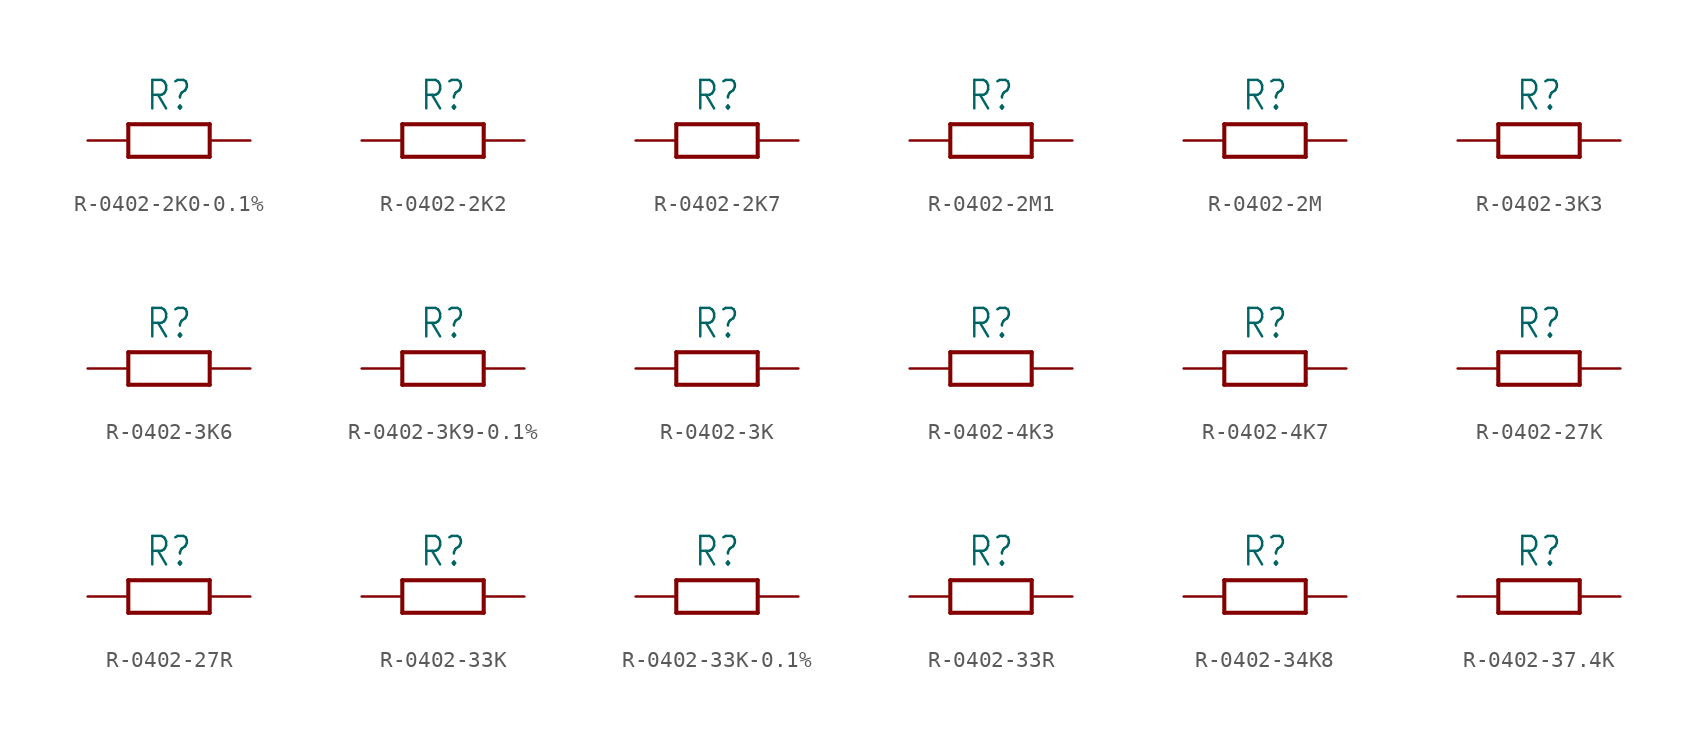
<source format=kicad_sym>
(kicad_symbol_lib
  (version 20231120)
  (generator "kicad_symbol_editor")
  (generator_version "8.0")
  (symbol "R-0402-2K0-0.1%"
    (property "Reference" "R"
      (at 0 1.778 0)
      (effects (font (size 1.778 1.511)) (justify bottom)))
    (property "Value" ""
      (at 0 -1.778 0)
      (effects (font (size 1.778 1.511)) (justify top)))
    (property "ki_locked" ""
      (at 0 0 0)
      (effects (font (size 1.27 1.27))))
    (symbol "R-0402-2K0-0.1%_1_0"
      (polyline (pts (xy -2.54 -1.016) (xy -2.54 1.016)) (stroke (width 0.254) (type solid)) (fill (type none)))
      (polyline (pts (xy -2.54 1.016) (xy 2.54 1.016)) (stroke (width 0.254) (type solid)) (fill (type none)))
      (polyline (pts (xy 2.54 -1.016) (xy -2.54 -1.016)) (stroke (width 0.254) (type solid)) (fill (type none)))
      (polyline (pts (xy 2.54 1.016) (xy 2.54 -1.016)) (stroke (width 0.254) (type solid)) (fill (type none)))
      (pin passive line (at -5.08 0 0) (length 2.54) (name "1" (effects (font (size 0 0)))) (number "1" (effects (font (size 0 0)))))
      (pin passive line (at 5.08 0 180) (length 2.54) (name "2" (effects (font (size 0 0)))) (number "2" (effects (font (size 0 0)))))))
  (symbol "R-0402-2K2"
    (property "Reference" "R"
      (at 0 1.778 0)
      (effects (font (size 1.778 1.511)) (justify bottom)))
    (property "Value" ""
      (at 0 -1.778 0)
      (effects (font (size 1.778 1.511)) (justify top)))
    (property "ki_locked" ""
      (at 0 0 0)
      (effects (font (size 1.27 1.27))))
    (symbol "R-0402-2K2_1_0"
      (polyline (pts (xy -2.54 -1.016) (xy -2.54 1.016)) (stroke (width 0.254) (type solid)) (fill (type none)))
      (polyline (pts (xy -2.54 1.016) (xy 2.54 1.016)) (stroke (width 0.254) (type solid)) (fill (type none)))
      (polyline (pts (xy 2.54 -1.016) (xy -2.54 -1.016)) (stroke (width 0.254) (type solid)) (fill (type none)))
      (polyline (pts (xy 2.54 1.016) (xy 2.54 -1.016)) (stroke (width 0.254) (type solid)) (fill (type none)))
      (pin passive line (at -5.08 0 0) (length 2.54) (name "1" (effects (font (size 0 0)))) (number "1" (effects (font (size 0 0)))))
      (pin passive line (at 5.08 0 180) (length 2.54) (name "2" (effects (font (size 0 0)))) (number "2" (effects (font (size 0 0)))))))
  (symbol "R-0402-2K7"
    (property "Reference" "R"
      (at 0 1.778 0)
      (effects (font (size 1.778 1.511)) (justify bottom)))
    (property "Value" ""
      (at 0 -1.778 0)
      (effects (font (size 1.778 1.511)) (justify top)))
    (property "ki_locked" ""
      (at 0 0 0)
      (effects (font (size 1.27 1.27))))
    (symbol "R-0402-2K7_1_0"
      (polyline (pts (xy -2.54 -1.016) (xy -2.54 1.016)) (stroke (width 0.254) (type solid)) (fill (type none)))
      (polyline (pts (xy -2.54 1.016) (xy 2.54 1.016)) (stroke (width 0.254) (type solid)) (fill (type none)))
      (polyline (pts (xy 2.54 -1.016) (xy -2.54 -1.016)) (stroke (width 0.254) (type solid)) (fill (type none)))
      (polyline (pts (xy 2.54 1.016) (xy 2.54 -1.016)) (stroke (width 0.254) (type solid)) (fill (type none)))
      (pin passive line (at -5.08 0 0) (length 2.54) (name "1" (effects (font (size 0 0)))) (number "1" (effects (font (size 0 0)))))
      (pin passive line (at 5.08 0 180) (length 2.54) (name "2" (effects (font (size 0 0)))) (number "2" (effects (font (size 0 0)))))))
  (symbol "R-0402-2M1"
    (property "Reference" "R"
      (at 0 1.778 0)
      (effects (font (size 1.778 1.511)) (justify bottom)))
    (property "Value" ""
      (at 0 -1.778 0)
      (effects (font (size 1.778 1.511)) (justify top)))
    (property "ki_locked" ""
      (at 0 0 0)
      (effects (font (size 1.27 1.27))))
    (symbol "R-0402-2M1_1_0"
      (polyline (pts (xy -2.54 -1.016) (xy -2.54 1.016)) (stroke (width 0.254) (type solid)) (fill (type none)))
      (polyline (pts (xy -2.54 1.016) (xy 2.54 1.016)) (stroke (width 0.254) (type solid)) (fill (type none)))
      (polyline (pts (xy 2.54 -1.016) (xy -2.54 -1.016)) (stroke (width 0.254) (type solid)) (fill (type none)))
      (polyline (pts (xy 2.54 1.016) (xy 2.54 -1.016)) (stroke (width 0.254) (type solid)) (fill (type none)))
      (pin passive line (at -5.08 0 0) (length 2.54) (name "1" (effects (font (size 0 0)))) (number "1" (effects (font (size 0 0)))))
      (pin passive line (at 5.08 0 180) (length 2.54) (name "2" (effects (font (size 0 0)))) (number "2" (effects (font (size 0 0)))))))
  (symbol "R-0402-2M"
    (property "Reference" "R"
      (at 0 1.778 0)
      (effects (font (size 1.778 1.511)) (justify bottom)))
    (property "Value" ""
      (at 0 -1.778 0)
      (effects (font (size 1.778 1.511)) (justify top)))
    (property "ki_locked" ""
      (at 0 0 0)
      (effects (font (size 1.27 1.27))))
    (symbol "R-0402-2M_1_0"
      (polyline (pts (xy -2.54 -1.016) (xy -2.54 1.016)) (stroke (width 0.254) (type solid)) (fill (type none)))
      (polyline (pts (xy -2.54 1.016) (xy 2.54 1.016)) (stroke (width 0.254) (type solid)) (fill (type none)))
      (polyline (pts (xy 2.54 -1.016) (xy -2.54 -1.016)) (stroke (width 0.254) (type solid)) (fill (type none)))
      (polyline (pts (xy 2.54 1.016) (xy 2.54 -1.016)) (stroke (width 0.254) (type solid)) (fill (type none)))
      (pin passive line (at -5.08 0 0) (length 2.54) (name "1" (effects (font (size 0 0)))) (number "1" (effects (font (size 0 0)))))
      (pin passive line (at 5.08 0 180) (length 2.54) (name "2" (effects (font (size 0 0)))) (number "2" (effects (font (size 0 0)))))))
  (symbol "R-0402-3K3"
    (property "Reference" "R"
      (at 0 1.778 0)
      (effects (font (size 1.778 1.511)) (justify bottom)))
    (property "Value" ""
      (at 0 -1.778 0)
      (effects (font (size 1.778 1.511)) (justify top)))
    (property "ki_locked" ""
      (at 0 0 0)
      (effects (font (size 1.27 1.27))))
    (symbol "R-0402-3K3_1_0"
      (polyline (pts (xy -2.54 -1.016) (xy -2.54 1.016)) (stroke (width 0.254) (type solid)) (fill (type none)))
      (polyline (pts (xy -2.54 1.016) (xy 2.54 1.016)) (stroke (width 0.254) (type solid)) (fill (type none)))
      (polyline (pts (xy 2.54 -1.016) (xy -2.54 -1.016)) (stroke (width 0.254) (type solid)) (fill (type none)))
      (polyline (pts (xy 2.54 1.016) (xy 2.54 -1.016)) (stroke (width 0.254) (type solid)) (fill (type none)))
      (pin passive line (at -5.08 0 0) (length 2.54) (name "1" (effects (font (size 0 0)))) (number "1" (effects (font (size 0 0)))))
      (pin passive line (at 5.08 0 180) (length 2.54) (name "2" (effects (font (size 0 0)))) (number "2" (effects (font (size 0 0)))))))
  (symbol "R-0402-3K6"
    (property "Reference" "R"
      (at 0 1.778 0)
      (effects (font (size 1.778 1.511)) (justify bottom)))
    (property "Value" ""
      (at 0 -1.778 0)
      (effects (font (size 1.778 1.511)) (justify top)))
    (property "ki_locked" ""
      (at 0 0 0)
      (effects (font (size 1.27 1.27))))
    (symbol "R-0402-3K6_1_0"
      (polyline (pts (xy -2.54 -1.016) (xy -2.54 1.016)) (stroke (width 0.254) (type solid)) (fill (type none)))
      (polyline (pts (xy -2.54 1.016) (xy 2.54 1.016)) (stroke (width 0.254) (type solid)) (fill (type none)))
      (polyline (pts (xy 2.54 -1.016) (xy -2.54 -1.016)) (stroke (width 0.254) (type solid)) (fill (type none)))
      (polyline (pts (xy 2.54 1.016) (xy 2.54 -1.016)) (stroke (width 0.254) (type solid)) (fill (type none)))
      (pin passive line (at -5.08 0 0) (length 2.54) (name "1" (effects (font (size 0 0)))) (number "1" (effects (font (size 0 0)))))
      (pin passive line (at 5.08 0 180) (length 2.54) (name "2" (effects (font (size 0 0)))) (number "2" (effects (font (size 0 0)))))))
  (symbol "R-0402-3K9-0.1%"
    (property "Reference" "R"
      (at 0 1.778 0)
      (effects (font (size 1.778 1.511)) (justify bottom)))
    (property "Value" ""
      (at 0 -1.778 0)
      (effects (font (size 1.778 1.511)) (justify top)))
    (property "ki_locked" ""
      (at 0 0 0)
      (effects (font (size 1.27 1.27))))
    (symbol "R-0402-3K9-0.1%_1_0"
      (polyline (pts (xy -2.54 -1.016) (xy -2.54 1.016)) (stroke (width 0.254) (type solid)) (fill (type none)))
      (polyline (pts (xy -2.54 1.016) (xy 2.54 1.016)) (stroke (width 0.254) (type solid)) (fill (type none)))
      (polyline (pts (xy 2.54 -1.016) (xy -2.54 -1.016)) (stroke (width 0.254) (type solid)) (fill (type none)))
      (polyline (pts (xy 2.54 1.016) (xy 2.54 -1.016)) (stroke (width 0.254) (type solid)) (fill (type none)))
      (pin passive line (at -5.08 0 0) (length 2.54) (name "1" (effects (font (size 0 0)))) (number "1" (effects (font (size 0 0)))))
      (pin passive line (at 5.08 0 180) (length 2.54) (name "2" (effects (font (size 0 0)))) (number "2" (effects (font (size 0 0)))))))
  (symbol "R-0402-3K"
    (property "Reference" "R"
      (at 0 1.778 0)
      (effects (font (size 1.778 1.511)) (justify bottom)))
    (property "Value" ""
      (at 0 -1.778 0)
      (effects (font (size 1.778 1.511)) (justify top)))
    (property "ki_locked" ""
      (at 0 0 0)
      (effects (font (size 1.27 1.27))))
    (symbol "R-0402-3K_1_0"
      (polyline (pts (xy -2.54 -1.016) (xy -2.54 1.016)) (stroke (width 0.254) (type solid)) (fill (type none)))
      (polyline (pts (xy -2.54 1.016) (xy 2.54 1.016)) (stroke (width 0.254) (type solid)) (fill (type none)))
      (polyline (pts (xy 2.54 -1.016) (xy -2.54 -1.016)) (stroke (width 0.254) (type solid)) (fill (type none)))
      (polyline (pts (xy 2.54 1.016) (xy 2.54 -1.016)) (stroke (width 0.254) (type solid)) (fill (type none)))
      (pin passive line (at -5.08 0 0) (length 2.54) (name "1" (effects (font (size 0 0)))) (number "1" (effects (font (size 0 0)))))
      (pin passive line (at 5.08 0 180) (length 2.54) (name "2" (effects (font (size 0 0)))) (number "2" (effects (font (size 0 0)))))))
  (symbol "R-0402-4K3"
    (property "Reference" "R"
      (at 0 1.778 0)
      (effects (font (size 1.778 1.511)) (justify bottom)))
    (property "Value" ""
      (at 0 -1.778 0)
      (effects (font (size 1.778 1.511)) (justify top)))
    (property "ki_locked" ""
      (at 0 0 0)
      (effects (font (size 1.27 1.27))))
    (symbol "R-0402-4K3_1_0"
      (polyline (pts (xy -2.54 -1.016) (xy -2.54 1.016)) (stroke (width 0.254) (type solid)) (fill (type none)))
      (polyline (pts (xy -2.54 1.016) (xy 2.54 1.016)) (stroke (width 0.254) (type solid)) (fill (type none)))
      (polyline (pts (xy 2.54 -1.016) (xy -2.54 -1.016)) (stroke (width 0.254) (type solid)) (fill (type none)))
      (polyline (pts (xy 2.54 1.016) (xy 2.54 -1.016)) (stroke (width 0.254) (type solid)) (fill (type none)))
      (pin passive line (at -5.08 0 0) (length 2.54) (name "1" (effects (font (size 0 0)))) (number "1" (effects (font (size 0 0)))))
      (pin passive line (at 5.08 0 180) (length 2.54) (name "2" (effects (font (size 0 0)))) (number "2" (effects (font (size 0 0)))))))
  (symbol "R-0402-4K7"
    (property "Reference" "R"
      (at 0 1.778 0)
      (effects (font (size 1.778 1.511)) (justify bottom)))
    (property "Value" ""
      (at 0 -1.778 0)
      (effects (font (size 1.778 1.511)) (justify top)))
    (property "ki_locked" ""
      (at 0 0 0)
      (effects (font (size 1.27 1.27))))
    (symbol "R-0402-4K7_1_0"
      (polyline (pts (xy -2.54 -1.016) (xy -2.54 1.016)) (stroke (width 0.254) (type solid)) (fill (type none)))
      (polyline (pts (xy -2.54 1.016) (xy 2.54 1.016)) (stroke (width 0.254) (type solid)) (fill (type none)))
      (polyline (pts (xy 2.54 -1.016) (xy -2.54 -1.016)) (stroke (width 0.254) (type solid)) (fill (type none)))
      (polyline (pts (xy 2.54 1.016) (xy 2.54 -1.016)) (stroke (width 0.254) (type solid)) (fill (type none)))
      (pin passive line (at -5.08 0 0) (length 2.54) (name "1" (effects (font (size 0 0)))) (number "1" (effects (font (size 0 0)))))
      (pin passive line (at 5.08 0 180) (length 2.54) (name "2" (effects (font (size 0 0)))) (number "2" (effects (font (size 0 0)))))))
  (symbol "R-0402-27K"
    (property "Reference" "R"
      (at 0 1.778 0)
      (effects (font (size 1.778 1.511)) (justify bottom)))
    (property "Value" ""
      (at 0 -1.778 0)
      (effects (font (size 1.778 1.511)) (justify top)))
    (property "ki_locked" ""
      (at 0 0 0)
      (effects (font (size 1.27 1.27))))
    (symbol "R-0402-27K_1_0"
      (polyline (pts (xy -2.54 -1.016) (xy -2.54 1.016)) (stroke (width 0.254) (type solid)) (fill (type none)))
      (polyline (pts (xy -2.54 1.016) (xy 2.54 1.016)) (stroke (width 0.254) (type solid)) (fill (type none)))
      (polyline (pts (xy 2.54 -1.016) (xy -2.54 -1.016)) (stroke (width 0.254) (type solid)) (fill (type none)))
      (polyline (pts (xy 2.54 1.016) (xy 2.54 -1.016)) (stroke (width 0.254) (type solid)) (fill (type none)))
      (pin passive line (at -5.08 0 0) (length 2.54) (name "1" (effects (font (size 0 0)))) (number "1" (effects (font (size 0 0)))))
      (pin passive line (at 5.08 0 180) (length 2.54) (name "2" (effects (font (size 0 0)))) (number "2" (effects (font (size 0 0)))))))
  (symbol "R-0402-27R"
    (property "Reference" "R"
      (at 0 1.778 0)
      (effects (font (size 1.778 1.511)) (justify bottom)))
    (property "Value" ""
      (at 0 -1.778 0)
      (effects (font (size 1.778 1.511)) (justify top)))
    (property "ki_locked" ""
      (at 0 0 0)
      (effects (font (size 1.27 1.27))))
    (symbol "R-0402-27R_1_0"
      (polyline (pts (xy -2.54 -1.016) (xy -2.54 1.016)) (stroke (width 0.254) (type solid)) (fill (type none)))
      (polyline (pts (xy -2.54 1.016) (xy 2.54 1.016)) (stroke (width 0.254) (type solid)) (fill (type none)))
      (polyline (pts (xy 2.54 -1.016) (xy -2.54 -1.016)) (stroke (width 0.254) (type solid)) (fill (type none)))
      (polyline (pts (xy 2.54 1.016) (xy 2.54 -1.016)) (stroke (width 0.254) (type solid)) (fill (type none)))
      (pin passive line (at -5.08 0 0) (length 2.54) (name "1" (effects (font (size 0 0)))) (number "1" (effects (font (size 0 0)))))
      (pin passive line (at 5.08 0 180) (length 2.54) (name "2" (effects (font (size 0 0)))) (number "2" (effects (font (size 0 0)))))))
  (symbol "R-0402-33K"
    (property "Reference" "R"
      (at 0 1.778 0)
      (effects (font (size 1.778 1.511)) (justify bottom)))
    (property "Value" ""
      (at 0 -1.778 0)
      (effects (font (size 1.778 1.511)) (justify top)))
    (property "ki_locked" ""
      (at 0 0 0)
      (effects (font (size 1.27 1.27))))
    (symbol "R-0402-33K_1_0"
      (polyline (pts (xy -2.54 -1.016) (xy -2.54 1.016)) (stroke (width 0.254) (type solid)) (fill (type none)))
      (polyline (pts (xy -2.54 1.016) (xy 2.54 1.016)) (stroke (width 0.254) (type solid)) (fill (type none)))
      (polyline (pts (xy 2.54 -1.016) (xy -2.54 -1.016)) (stroke (width 0.254) (type solid)) (fill (type none)))
      (polyline (pts (xy 2.54 1.016) (xy 2.54 -1.016)) (stroke (width 0.254) (type solid)) (fill (type none)))
      (pin passive line (at -5.08 0 0) (length 2.54) (name "1" (effects (font (size 0 0)))) (number "1" (effects (font (size 0 0)))))
      (pin passive line (at 5.08 0 180) (length 2.54) (name "2" (effects (font (size 0 0)))) (number "2" (effects (font (size 0 0)))))))
  (symbol "R-0402-33K-0.1%"
    (property "Reference" "R"
      (at 0 1.778 0)
      (effects (font (size 1.778 1.511)) (justify bottom)))
    (property "Value" ""
      (at 0 -1.778 0)
      (effects (font (size 1.778 1.511)) (justify top)))
    (property "ki_locked" ""
      (at 0 0 0)
      (effects (font (size 1.27 1.27))))
    (symbol "R-0402-33K-0.1%_1_0"
      (polyline (pts (xy -2.54 -1.016) (xy -2.54 1.016)) (stroke (width 0.254) (type solid)) (fill (type none)))
      (polyline (pts (xy -2.54 1.016) (xy 2.54 1.016)) (stroke (width 0.254) (type solid)) (fill (type none)))
      (polyline (pts (xy 2.54 -1.016) (xy -2.54 -1.016)) (stroke (width 0.254) (type solid)) (fill (type none)))
      (polyline (pts (xy 2.54 1.016) (xy 2.54 -1.016)) (stroke (width 0.254) (type solid)) (fill (type none)))
      (pin passive line (at -5.08 0 0) (length 2.54) (name "1" (effects (font (size 0 0)))) (number "1" (effects (font (size 0 0)))))
      (pin passive line (at 5.08 0 180) (length 2.54) (name "2" (effects (font (size 0 0)))) (number "2" (effects (font (size 0 0)))))))
  (symbol "R-0402-33R"
    (property "Reference" "R"
      (at 0 1.778 0)
      (effects (font (size 1.778 1.511)) (justify bottom)))
    (property "Value" ""
      (at 0 -1.778 0)
      (effects (font (size 1.778 1.511)) (justify top)))
    (property "ki_locked" ""
      (at 0 0 0)
      (effects (font (size 1.27 1.27))))
    (symbol "R-0402-33R_1_0"
      (polyline (pts (xy -2.54 -1.016) (xy -2.54 1.016)) (stroke (width 0.254) (type solid)) (fill (type none)))
      (polyline (pts (xy -2.54 1.016) (xy 2.54 1.016)) (stroke (width 0.254) (type solid)) (fill (type none)))
      (polyline (pts (xy 2.54 -1.016) (xy -2.54 -1.016)) (stroke (width 0.254) (type solid)) (fill (type none)))
      (polyline (pts (xy 2.54 1.016) (xy 2.54 -1.016)) (stroke (width 0.254) (type solid)) (fill (type none)))
      (pin passive line (at -5.08 0 0) (length 2.54) (name "1" (effects (font (size 0 0)))) (number "1" (effects (font (size 0 0)))))
      (pin passive line (at 5.08 0 180) (length 2.54) (name "2" (effects (font (size 0 0)))) (number "2" (effects (font (size 0 0)))))))
  (symbol "R-0402-34K8"
    (property "Reference" "R"
      (at 0 1.778 0)
      (effects (font (size 1.778 1.511)) (justify bottom)))
    (property "Value" ""
      (at 0 -1.778 0)
      (effects (font (size 1.778 1.511)) (justify top)))
    (property "ki_locked" ""
      (at 0 0 0)
      (effects (font (size 1.27 1.27))))
    (symbol "R-0402-34K8_1_0"
      (polyline (pts (xy -2.54 -1.016) (xy -2.54 1.016)) (stroke (width 0.254) (type solid)) (fill (type none)))
      (polyline (pts (xy -2.54 1.016) (xy 2.54 1.016)) (stroke (width 0.254) (type solid)) (fill (type none)))
      (polyline (pts (xy 2.54 -1.016) (xy -2.54 -1.016)) (stroke (width 0.254) (type solid)) (fill (type none)))
      (polyline (pts (xy 2.54 1.016) (xy 2.54 -1.016)) (stroke (width 0.254) (type solid)) (fill (type none)))
      (pin passive line (at -5.08 0 0) (length 2.54) (name "1" (effects (font (size 0 0)))) (number "1" (effects (font (size 0 0)))))
      (pin passive line (at 5.08 0 180) (length 2.54) (name "2" (effects (font (size 0 0)))) (number "2" (effects (font (size 0 0)))))))
  (symbol "R-0402-37.4K"
    (property "Reference" "R"
      (at 0 1.778 0)
      (effects (font (size 1.778 1.511)) (justify bottom)))
    (property "Value" ""
      (at 0 -1.778 0)
      (effects (font (size 1.778 1.511)) (justify top)))
    (property "ki_locked" ""
      (at 0 0 0)
      (effects (font (size 1.27 1.27))))
    (symbol "R-0402-37.4K_1_0"
      (polyline (pts (xy -2.54 -1.016) (xy -2.54 1.016)) (stroke (width 0.254) (type solid)) (fill (type none)))
      (polyline (pts (xy -2.54 1.016) (xy 2.54 1.016)) (stroke (width 0.254) (type solid)) (fill (type none)))
      (polyline (pts (xy 2.54 -1.016) (xy -2.54 -1.016)) (stroke (width 0.254) (type solid)) (fill (type none)))
      (polyline (pts (xy 2.54 1.016) (xy 2.54 -1.016)) (stroke (width 0.254) (type solid)) (fill (type none)))
      (pin passive line (at -5.08 0 0) (length 2.54) (name "1" (effects (font (size 0 0)))) (number "1" (effects (font (size 0 0)))))
      (pin passive line (at 5.08 0 180) (length 2.54) (name "2" (effects (font (size 0 0)))) (number "2" (effects (font (size 0 0))))))))
</source>
